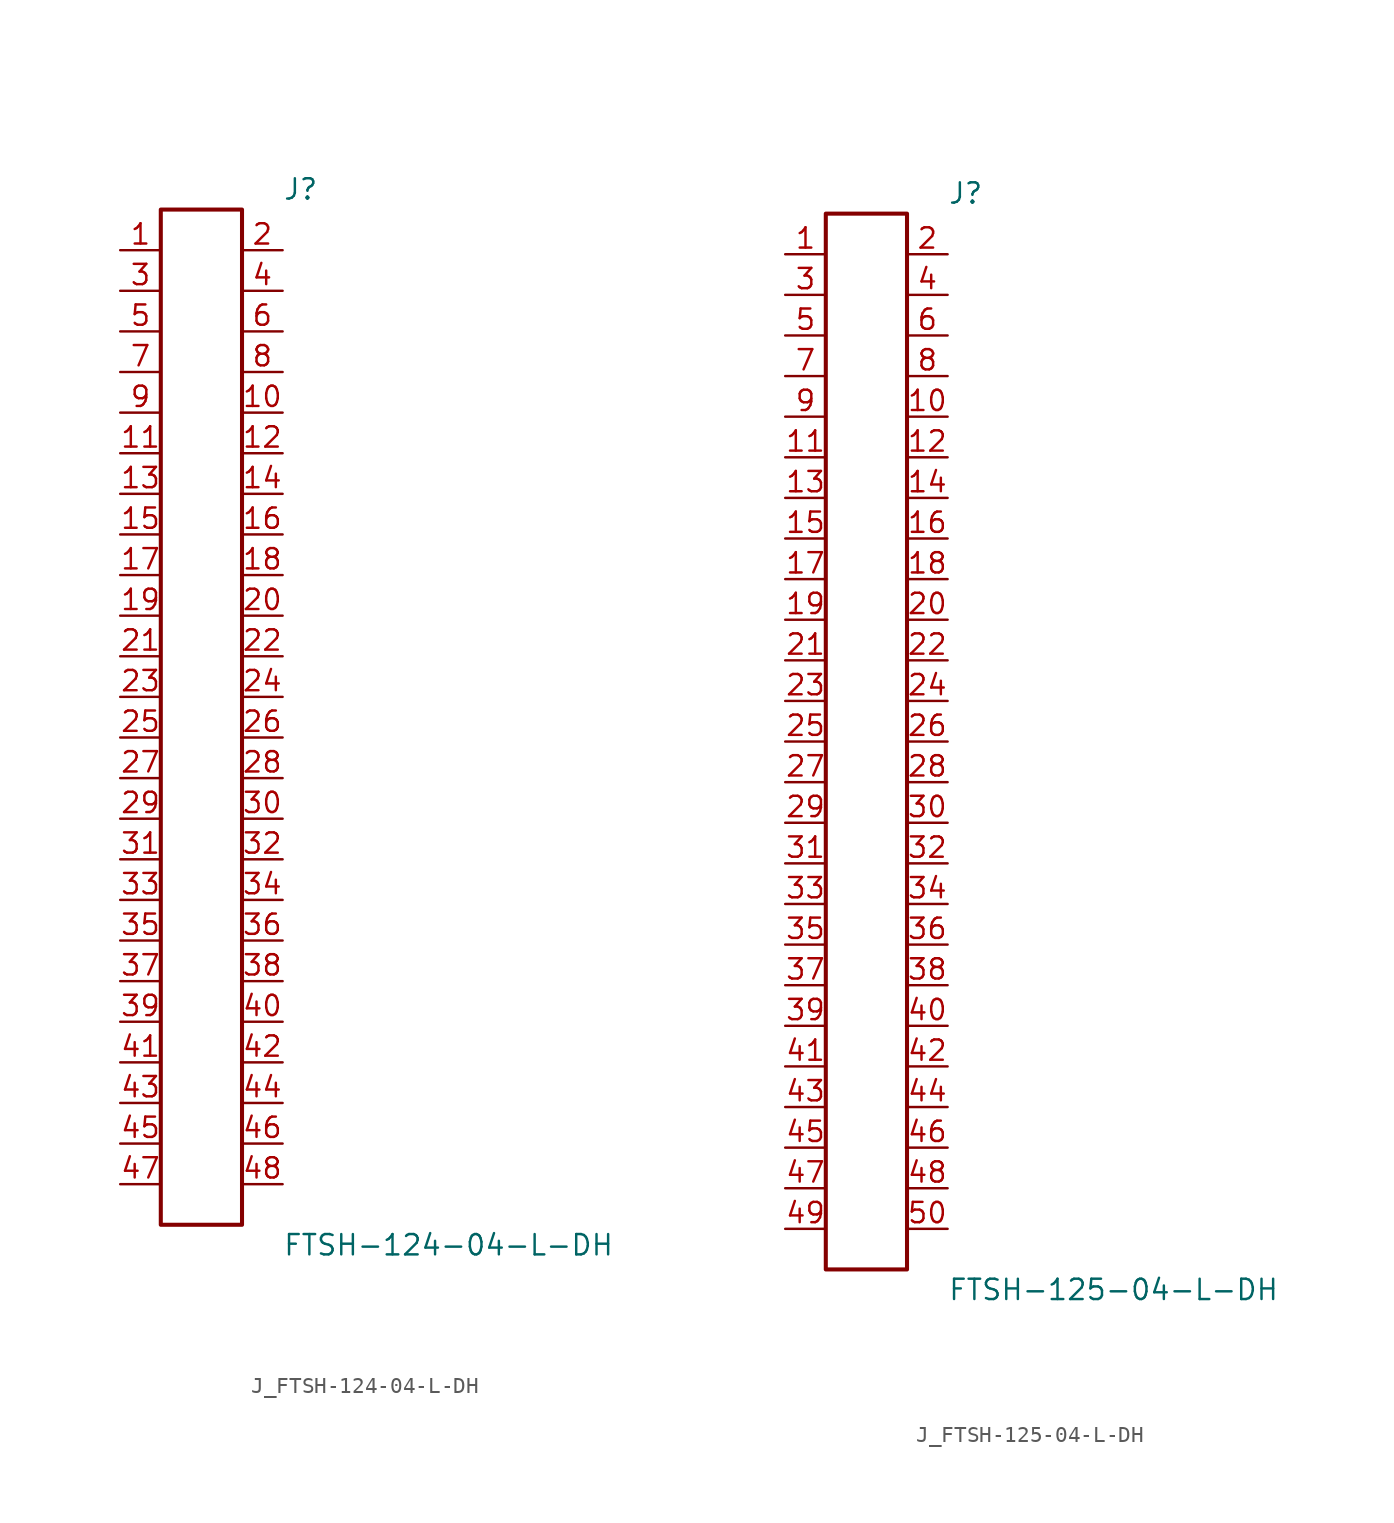
<source format=kicad_sym>
(kicad_symbol_lib
  (version 20231120)
  (generator kicad_symbol_editor)
  (generator_version 8.0)
  (symbol "J_FTSH-124-04-L-DH"
    (pin_names
      (offset 0.254))
    (property "Reference" "J"
      (at 5.08 33.02 0)
      (effects (font (size 1.27 1.27)) (justify left)))
    (property "Value" "FTSH-124-04-L-DH"
      (at 5.08 -33.02 0)
      (effects (font (size 1.27 1.27)) (justify left)))
    (symbol "J_FTSH-124-04-L-DH_0_0"
      (pin unspecified line (at -5.08 29.21 0) (length 2.54) (name "" (effects (font (size 1.27 1.27)))) (number "1" (effects (font (size 1.27 1.27)))))
      (pin unspecified line (at 5.08 29.21 180) (length 2.54) (name "" (effects (font (size 1.27 1.27)))) (number "2" (effects (font (size 1.27 1.27)))))
      (pin unspecified line (at -5.08 26.67 0) (length 2.54) (name "" (effects (font (size 1.27 1.27)))) (number "3" (effects (font (size 1.27 1.27)))))
      (pin unspecified line (at 5.08 26.67 180) (length 2.54) (name "" (effects (font (size 1.27 1.27)))) (number "4" (effects (font (size 1.27 1.27)))))
      (pin unspecified line (at -5.08 24.13 0) (length 2.54) (name "" (effects (font (size 1.27 1.27)))) (number "5" (effects (font (size 1.27 1.27)))))
      (pin unspecified line (at 5.08 24.13 180) (length 2.54) (name "" (effects (font (size 1.27 1.27)))) (number "6" (effects (font (size 1.27 1.27)))))
      (pin unspecified line (at -5.08 21.59 0) (length 2.54) (name "" (effects (font (size 1.27 1.27)))) (number "7" (effects (font (size 1.27 1.27)))))
      (pin unspecified line (at 5.08 21.59 180) (length 2.54) (name "" (effects (font (size 1.27 1.27)))) (number "8" (effects (font (size 1.27 1.27)))))
      (pin unspecified line (at -5.08 19.05 0) (length 2.54) (name "" (effects (font (size 1.27 1.27)))) (number "9" (effects (font (size 1.27 1.27)))))
      (pin unspecified line (at 5.08 19.05 180) (length 2.54) (name "" (effects (font (size 1.27 1.27)))) (number "10" (effects (font (size 1.27 1.27)))))
      (pin unspecified line (at -5.08 16.51 0) (length 2.54) (name "" (effects (font (size 1.27 1.27)))) (number "11" (effects (font (size 1.27 1.27)))))
      (pin unspecified line (at 5.08 16.51 180) (length 2.54) (name "" (effects (font (size 1.27 1.27)))) (number "12" (effects (font (size 1.27 1.27)))))
      (pin unspecified line (at -5.08 13.97 0) (length 2.54) (name "" (effects (font (size 1.27 1.27)))) (number "13" (effects (font (size 1.27 1.27)))))
      (pin unspecified line (at 5.08 13.97 180) (length 2.54) (name "" (effects (font (size 1.27 1.27)))) (number "14" (effects (font (size 1.27 1.27)))))
      (pin unspecified line (at -5.08 11.43 0) (length 2.54) (name "" (effects (font (size 1.27 1.27)))) (number "15" (effects (font (size 1.27 1.27)))))
      (pin unspecified line (at 5.08 11.43 180) (length 2.54) (name "" (effects (font (size 1.27 1.27)))) (number "16" (effects (font (size 1.27 1.27)))))
      (pin unspecified line (at -5.08 8.89 0) (length 2.54) (name "" (effects (font (size 1.27 1.27)))) (number "17" (effects (font (size 1.27 1.27)))))
      (pin unspecified line (at 5.08 8.89 180) (length 2.54) (name "" (effects (font (size 1.27 1.27)))) (number "18" (effects (font (size 1.27 1.27)))))
      (pin unspecified line (at -5.08 6.35 0) (length 2.54) (name "" (effects (font (size 1.27 1.27)))) (number "19" (effects (font (size 1.27 1.27)))))
      (pin unspecified line (at 5.08 6.35 180) (length 2.54) (name "" (effects (font (size 1.27 1.27)))) (number "20" (effects (font (size 1.27 1.27)))))
      (pin unspecified line (at -5.08 3.81 0) (length 2.54) (name "" (effects (font (size 1.27 1.27)))) (number "21" (effects (font (size 1.27 1.27)))))
      (pin unspecified line (at 5.08 3.81 180) (length 2.54) (name "" (effects (font (size 1.27 1.27)))) (number "22" (effects (font (size 1.27 1.27)))))
      (pin unspecified line (at -5.08 1.27 0) (length 2.54) (name "" (effects (font (size 1.27 1.27)))) (number "23" (effects (font (size 1.27 1.27)))))
      (pin unspecified line (at 5.08 1.27 180) (length 2.54) (name "" (effects (font (size 1.27 1.27)))) (number "24" (effects (font (size 1.27 1.27)))))
      (pin unspecified line (at -5.08 -1.27 0) (length 2.54) (name "" (effects (font (size 1.27 1.27)))) (number "25" (effects (font (size 1.27 1.27)))))
      (pin unspecified line (at 5.08 -1.27 180) (length 2.54) (name "" (effects (font (size 1.27 1.27)))) (number "26" (effects (font (size 1.27 1.27)))))
      (pin unspecified line (at -5.08 -3.81 0) (length 2.54) (name "" (effects (font (size 1.27 1.27)))) (number "27" (effects (font (size 1.27 1.27)))))
      (pin unspecified line (at 5.08 -3.81 180) (length 2.54) (name "" (effects (font (size 1.27 1.27)))) (number "28" (effects (font (size 1.27 1.27)))))
      (pin unspecified line (at -5.08 -6.35 0) (length 2.54) (name "" (effects (font (size 1.27 1.27)))) (number "29" (effects (font (size 1.27 1.27)))))
      (pin unspecified line (at 5.08 -6.35 180) (length 2.54) (name "" (effects (font (size 1.27 1.27)))) (number "30" (effects (font (size 1.27 1.27)))))
      (pin unspecified line (at -5.08 -8.89 0) (length 2.54) (name "" (effects (font (size 1.27 1.27)))) (number "31" (effects (font (size 1.27 1.27)))))
      (pin unspecified line (at 5.08 -8.89 180) (length 2.54) (name "" (effects (font (size 1.27 1.27)))) (number "32" (effects (font (size 1.27 1.27)))))
      (pin unspecified line (at -5.08 -11.43 0) (length 2.54) (name "" (effects (font (size 1.27 1.27)))) (number "33" (effects (font (size 1.27 1.27)))))
      (pin unspecified line (at 5.08 -11.43 180) (length 2.54) (name "" (effects (font (size 1.27 1.27)))) (number "34" (effects (font (size 1.27 1.27)))))
      (pin unspecified line (at -5.08 -13.97 0) (length 2.54) (name "" (effects (font (size 1.27 1.27)))) (number "35" (effects (font (size 1.27 1.27)))))
      (pin unspecified line (at 5.08 -13.97 180) (length 2.54) (name "" (effects (font (size 1.27 1.27)))) (number "36" (effects (font (size 1.27 1.27)))))
      (pin unspecified line (at -5.08 -16.51 0) (length 2.54) (name "" (effects (font (size 1.27 1.27)))) (number "37" (effects (font (size 1.27 1.27)))))
      (pin unspecified line (at 5.08 -16.51 180) (length 2.54) (name "" (effects (font (size 1.27 1.27)))) (number "38" (effects (font (size 1.27 1.27)))))
      (pin unspecified line (at -5.08 -19.05 0) (length 2.54) (name "" (effects (font (size 1.27 1.27)))) (number "39" (effects (font (size 1.27 1.27)))))
      (pin unspecified line (at 5.08 -19.05 180) (length 2.54) (name "" (effects (font (size 1.27 1.27)))) (number "40" (effects (font (size 1.27 1.27)))))
      (pin unspecified line (at -5.08 -21.59 0) (length 2.54) (name "" (effects (font (size 1.27 1.27)))) (number "41" (effects (font (size 1.27 1.27)))))
      (pin unspecified line (at 5.08 -21.59 180) (length 2.54) (name "" (effects (font (size 1.27 1.27)))) (number "42" (effects (font (size 1.27 1.27)))))
      (pin unspecified line (at -5.08 -24.13 0) (length 2.54) (name "" (effects (font (size 1.27 1.27)))) (number "43" (effects (font (size 1.27 1.27)))))
      (pin unspecified line (at 5.08 -24.13 180) (length 2.54) (name "" (effects (font (size 1.27 1.27)))) (number "44" (effects (font (size 1.27 1.27)))))
      (pin unspecified line (at -5.08 -26.67 0) (length 2.54) (name "" (effects (font (size 1.27 1.27)))) (number "45" (effects (font (size 1.27 1.27)))))
      (pin unspecified line (at 5.08 -26.67 180) (length 2.54) (name "" (effects (font (size 1.27 1.27)))) (number "46" (effects (font (size 1.27 1.27)))))
      (pin unspecified line (at -5.08 -29.21 0) (length 2.54) (name "" (effects (font (size 1.27 1.27)))) (number "47" (effects (font (size 1.27 1.27)))))
      (pin unspecified line (at 5.08 -29.21 180) (length 2.54) (name "" (effects (font (size 1.27 1.27)))) (number "48" (effects (font (size 1.27 1.27))))))
    (symbol "J_FTSH-124-04-L-DH_1_0"
      (rectangle (start -2.54 31.75) (end 2.54 -31.75) (stroke (width 0.254) (type solid)) (fill (type none)))))
  (symbol "J_FTSH-125-04-L-DH"
    (pin_names
      (offset 0.254))
    (property "Reference" "J"
      (at 5.08 34.29 0)
      (effects (font (size 1.27 1.27)) (justify left)))
    (property "Value" "FTSH-125-04-L-DH"
      (at 5.08 -34.29 0)
      (effects (font (size 1.27 1.27)) (justify left)))
    (symbol "J_FTSH-125-04-L-DH_0_0"
      (pin unspecified line (at -5.08 30.48 0) (length 2.54) (name "" (effects (font (size 1.27 1.27)))) (number "1" (effects (font (size 1.27 1.27)))))
      (pin unspecified line (at 5.08 30.48 180) (length 2.54) (name "" (effects (font (size 1.27 1.27)))) (number "2" (effects (font (size 1.27 1.27)))))
      (pin unspecified line (at -5.08 27.94 0) (length 2.54) (name "" (effects (font (size 1.27 1.27)))) (number "3" (effects (font (size 1.27 1.27)))))
      (pin unspecified line (at 5.08 27.94 180) (length 2.54) (name "" (effects (font (size 1.27 1.27)))) (number "4" (effects (font (size 1.27 1.27)))))
      (pin unspecified line (at -5.08 25.4 0) (length 2.54) (name "" (effects (font (size 1.27 1.27)))) (number "5" (effects (font (size 1.27 1.27)))))
      (pin unspecified line (at 5.08 25.4 180) (length 2.54) (name "" (effects (font (size 1.27 1.27)))) (number "6" (effects (font (size 1.27 1.27)))))
      (pin unspecified line (at -5.08 22.86 0) (length 2.54) (name "" (effects (font (size 1.27 1.27)))) (number "7" (effects (font (size 1.27 1.27)))))
      (pin unspecified line (at 5.08 22.86 180) (length 2.54) (name "" (effects (font (size 1.27 1.27)))) (number "8" (effects (font (size 1.27 1.27)))))
      (pin unspecified line (at -5.08 20.32 0) (length 2.54) (name "" (effects (font (size 1.27 1.27)))) (number "9" (effects (font (size 1.27 1.27)))))
      (pin unspecified line (at 5.08 20.32 180) (length 2.54) (name "" (effects (font (size 1.27 1.27)))) (number "10" (effects (font (size 1.27 1.27)))))
      (pin unspecified line (at -5.08 17.78 0) (length 2.54) (name "" (effects (font (size 1.27 1.27)))) (number "11" (effects (font (size 1.27 1.27)))))
      (pin unspecified line (at 5.08 17.78 180) (length 2.54) (name "" (effects (font (size 1.27 1.27)))) (number "12" (effects (font (size 1.27 1.27)))))
      (pin unspecified line (at -5.08 15.24 0) (length 2.54) (name "" (effects (font (size 1.27 1.27)))) (number "13" (effects (font (size 1.27 1.27)))))
      (pin unspecified line (at 5.08 15.24 180) (length 2.54) (name "" (effects (font (size 1.27 1.27)))) (number "14" (effects (font (size 1.27 1.27)))))
      (pin unspecified line (at -5.08 12.7 0) (length 2.54) (name "" (effects (font (size 1.27 1.27)))) (number "15" (effects (font (size 1.27 1.27)))))
      (pin unspecified line (at 5.08 12.7 180) (length 2.54) (name "" (effects (font (size 1.27 1.27)))) (number "16" (effects (font (size 1.27 1.27)))))
      (pin unspecified line (at -5.08 10.16 0) (length 2.54) (name "" (effects (font (size 1.27 1.27)))) (number "17" (effects (font (size 1.27 1.27)))))
      (pin unspecified line (at 5.08 10.16 180) (length 2.54) (name "" (effects (font (size 1.27 1.27)))) (number "18" (effects (font (size 1.27 1.27)))))
      (pin unspecified line (at -5.08 7.62 0) (length 2.54) (name "" (effects (font (size 1.27 1.27)))) (number "19" (effects (font (size 1.27 1.27)))))
      (pin unspecified line (at 5.08 7.62 180) (length 2.54) (name "" (effects (font (size 1.27 1.27)))) (number "20" (effects (font (size 1.27 1.27)))))
      (pin unspecified line (at -5.08 5.08 0) (length 2.54) (name "" (effects (font (size 1.27 1.27)))) (number "21" (effects (font (size 1.27 1.27)))))
      (pin unspecified line (at 5.08 5.08 180) (length 2.54) (name "" (effects (font (size 1.27 1.27)))) (number "22" (effects (font (size 1.27 1.27)))))
      (pin unspecified line (at -5.08 2.54 0) (length 2.54) (name "" (effects (font (size 1.27 1.27)))) (number "23" (effects (font (size 1.27 1.27)))))
      (pin unspecified line (at 5.08 2.54 180) (length 2.54) (name "" (effects (font (size 1.27 1.27)))) (number "24" (effects (font (size 1.27 1.27)))))
      (pin unspecified line (at -5.08 0.0 0) (length 2.54) (name "" (effects (font (size 1.27 1.27)))) (number "25" (effects (font (size 1.27 1.27)))))
      (pin unspecified line (at 5.08 0.0 180) (length 2.54) (name "" (effects (font (size 1.27 1.27)))) (number "26" (effects (font (size 1.27 1.27)))))
      (pin unspecified line (at -5.08 -2.54 0) (length 2.54) (name "" (effects (font (size 1.27 1.27)))) (number "27" (effects (font (size 1.27 1.27)))))
      (pin unspecified line (at 5.08 -2.54 180) (length 2.54) (name "" (effects (font (size 1.27 1.27)))) (number "28" (effects (font (size 1.27 1.27)))))
      (pin unspecified line (at -5.08 -5.08 0) (length 2.54) (name "" (effects (font (size 1.27 1.27)))) (number "29" (effects (font (size 1.27 1.27)))))
      (pin unspecified line (at 5.08 -5.08 180) (length 2.54) (name "" (effects (font (size 1.27 1.27)))) (number "30" (effects (font (size 1.27 1.27)))))
      (pin unspecified line (at -5.08 -7.62 0) (length 2.54) (name "" (effects (font (size 1.27 1.27)))) (number "31" (effects (font (size 1.27 1.27)))))
      (pin unspecified line (at 5.08 -7.62 180) (length 2.54) (name "" (effects (font (size 1.27 1.27)))) (number "32" (effects (font (size 1.27 1.27)))))
      (pin unspecified line (at -5.08 -10.16 0) (length 2.54) (name "" (effects (font (size 1.27 1.27)))) (number "33" (effects (font (size 1.27 1.27)))))
      (pin unspecified line (at 5.08 -10.16 180) (length 2.54) (name "" (effects (font (size 1.27 1.27)))) (number "34" (effects (font (size 1.27 1.27)))))
      (pin unspecified line (at -5.08 -12.7 0) (length 2.54) (name "" (effects (font (size 1.27 1.27)))) (number "35" (effects (font (size 1.27 1.27)))))
      (pin unspecified line (at 5.08 -12.7 180) (length 2.54) (name "" (effects (font (size 1.27 1.27)))) (number "36" (effects (font (size 1.27 1.27)))))
      (pin unspecified line (at -5.08 -15.24 0) (length 2.54) (name "" (effects (font (size 1.27 1.27)))) (number "37" (effects (font (size 1.27 1.27)))))
      (pin unspecified line (at 5.08 -15.24 180) (length 2.54) (name "" (effects (font (size 1.27 1.27)))) (number "38" (effects (font (size 1.27 1.27)))))
      (pin unspecified line (at -5.08 -17.78 0) (length 2.54) (name "" (effects (font (size 1.27 1.27)))) (number "39" (effects (font (size 1.27 1.27)))))
      (pin unspecified line (at 5.08 -17.78 180) (length 2.54) (name "" (effects (font (size 1.27 1.27)))) (number "40" (effects (font (size 1.27 1.27)))))
      (pin unspecified line (at -5.08 -20.32 0) (length 2.54) (name "" (effects (font (size 1.27 1.27)))) (number "41" (effects (font (size 1.27 1.27)))))
      (pin unspecified line (at 5.08 -20.32 180) (length 2.54) (name "" (effects (font (size 1.27 1.27)))) (number "42" (effects (font (size 1.27 1.27)))))
      (pin unspecified line (at -5.08 -22.86 0) (length 2.54) (name "" (effects (font (size 1.27 1.27)))) (number "43" (effects (font (size 1.27 1.27)))))
      (pin unspecified line (at 5.08 -22.86 180) (length 2.54) (name "" (effects (font (size 1.27 1.27)))) (number "44" (effects (font (size 1.27 1.27)))))
      (pin unspecified line (at -5.08 -25.4 0) (length 2.54) (name "" (effects (font (size 1.27 1.27)))) (number "45" (effects (font (size 1.27 1.27)))))
      (pin unspecified line (at 5.08 -25.4 180) (length 2.54) (name "" (effects (font (size 1.27 1.27)))) (number "46" (effects (font (size 1.27 1.27)))))
      (pin unspecified line (at -5.08 -27.94 0) (length 2.54) (name "" (effects (font (size 1.27 1.27)))) (number "47" (effects (font (size 1.27 1.27)))))
      (pin unspecified line (at 5.08 -27.94 180) (length 2.54) (name "" (effects (font (size 1.27 1.27)))) (number "48" (effects (font (size 1.27 1.27)))))
      (pin unspecified line (at -5.08 -30.48 0) (length 2.54) (name "" (effects (font (size 1.27 1.27)))) (number "49" (effects (font (size 1.27 1.27)))))
      (pin unspecified line (at 5.08 -30.48 180) (length 2.54) (name "" (effects (font (size 1.27 1.27)))) (number "50" (effects (font (size 1.27 1.27))))))
    (symbol "J_FTSH-125-04-L-DH_1_0"
      (rectangle (start -2.54 33.02) (end 2.54 -33.02) (stroke (width 0.254) (type solid)) (fill (type none))))))
</source>
